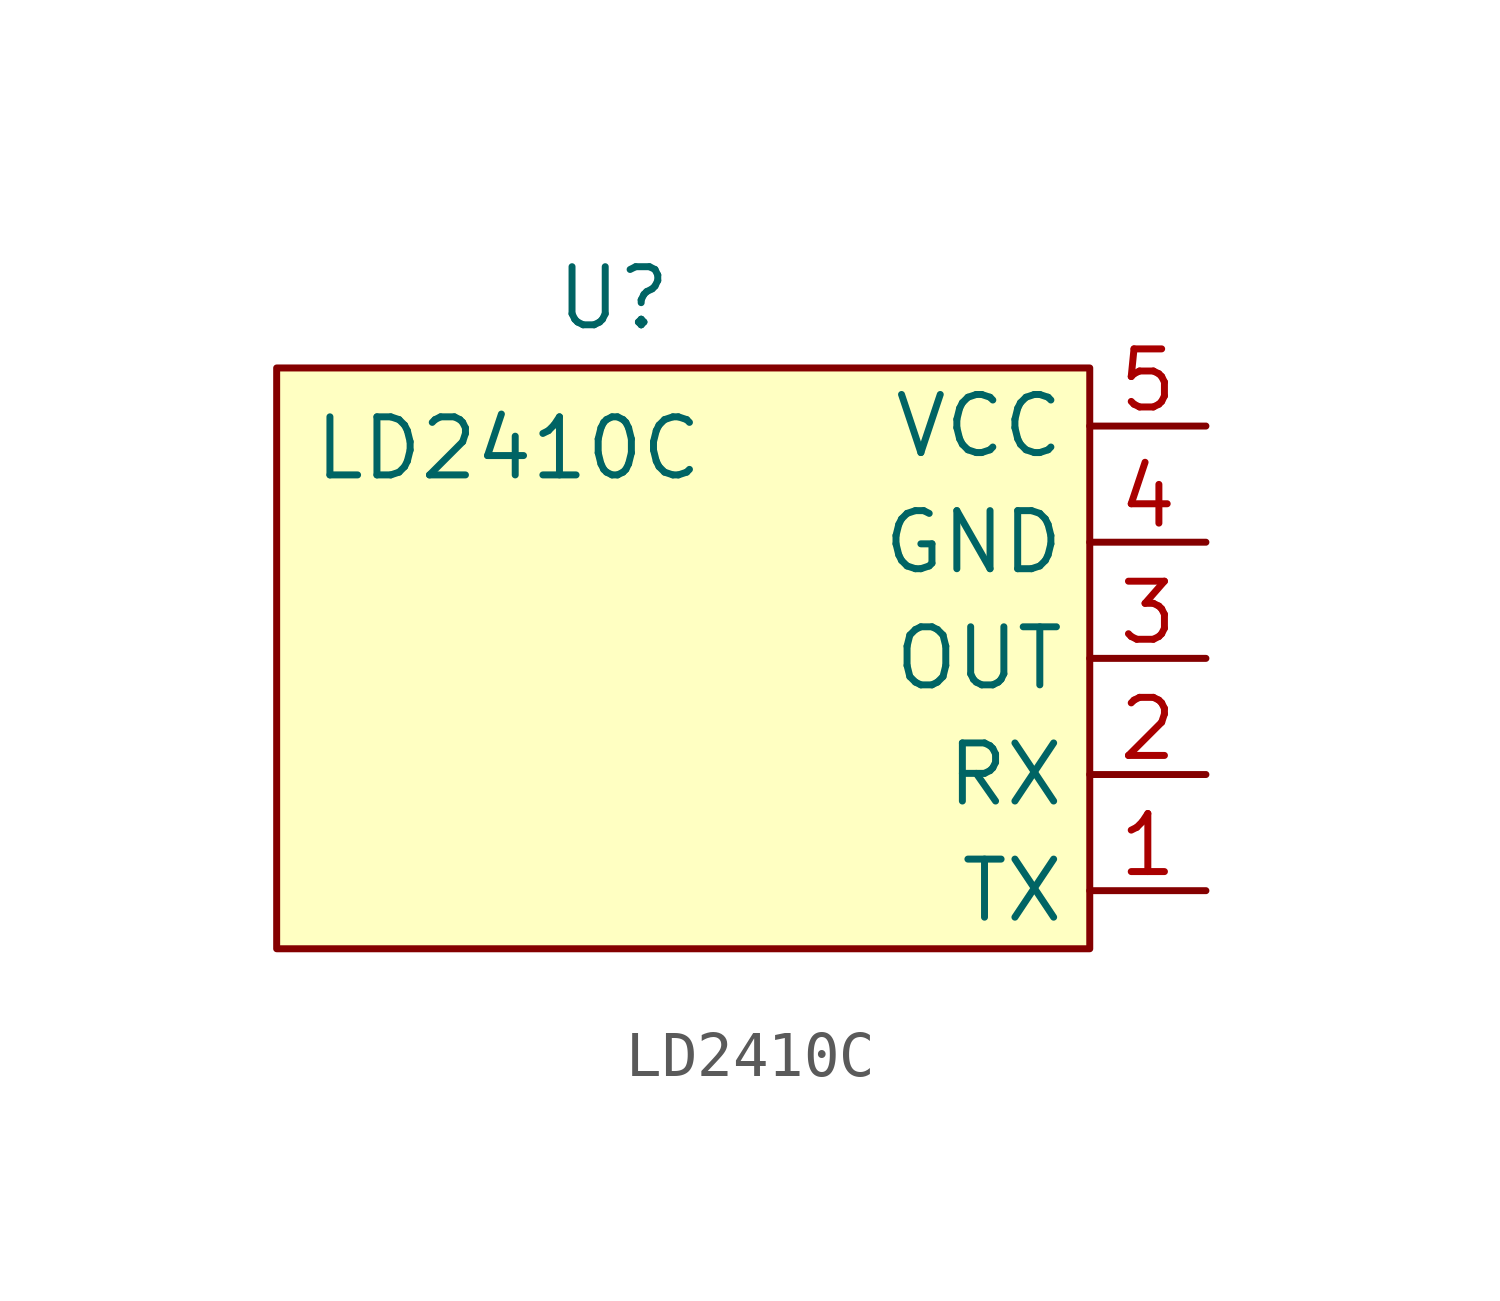
<source format=kicad_sym>
(kicad_symbol_lib
  (version 20241209)
  (generator "kicad_symbol_editor")
  (generator_version "9.0")
  (symbol "LD2410C"
    (property "Reference" "U"
      (at -12.954 7.874 0)
      (effects (font (size 1.27 1.27))))
    (property "Value" "LD2410C"
      (at -19.558 5.334 0)
      (effects (font (size 1.27 1.27)) (justify left top)))
    (symbol "LD2410C_0_1"
      (rectangle (start -20.32 6.35) (end -2.54 -6.35) (stroke (width 0) (type default)) (fill (type background))))
    (symbol "LD2410C_1_1"
      (pin power_in line (at 0 5.08 180) (length 2.54) (name "VCC" (effects (font (size 1.27 1.27)))) (number "5" (effects (font (size 1.27 1.27)))))
      (pin power_in line (at 0 2.54 180) (length 2.54) (name "GND" (effects (font (size 1.27 1.27)))) (number "4" (effects (font (size 1.27 1.27)))))
      (pin output line (at 0 0 180) (length 2.54) (name "OUT" (effects (font (size 1.27 1.27)))) (number "3" (effects (font (size 1.27 1.27)))))
      (pin input line (at 0 -2.54 180) (length 2.54) (name "RX" (effects (font (size 1.27 1.27)))) (number "2" (effects (font (size 1.27 1.27)))))
      (pin output line (at 0 -5.08 180) (length 2.54) (name "TX" (effects (font (size 1.27 1.27)))) (number "1" (effects (font (size 1.27 1.27))))))))
</source>
